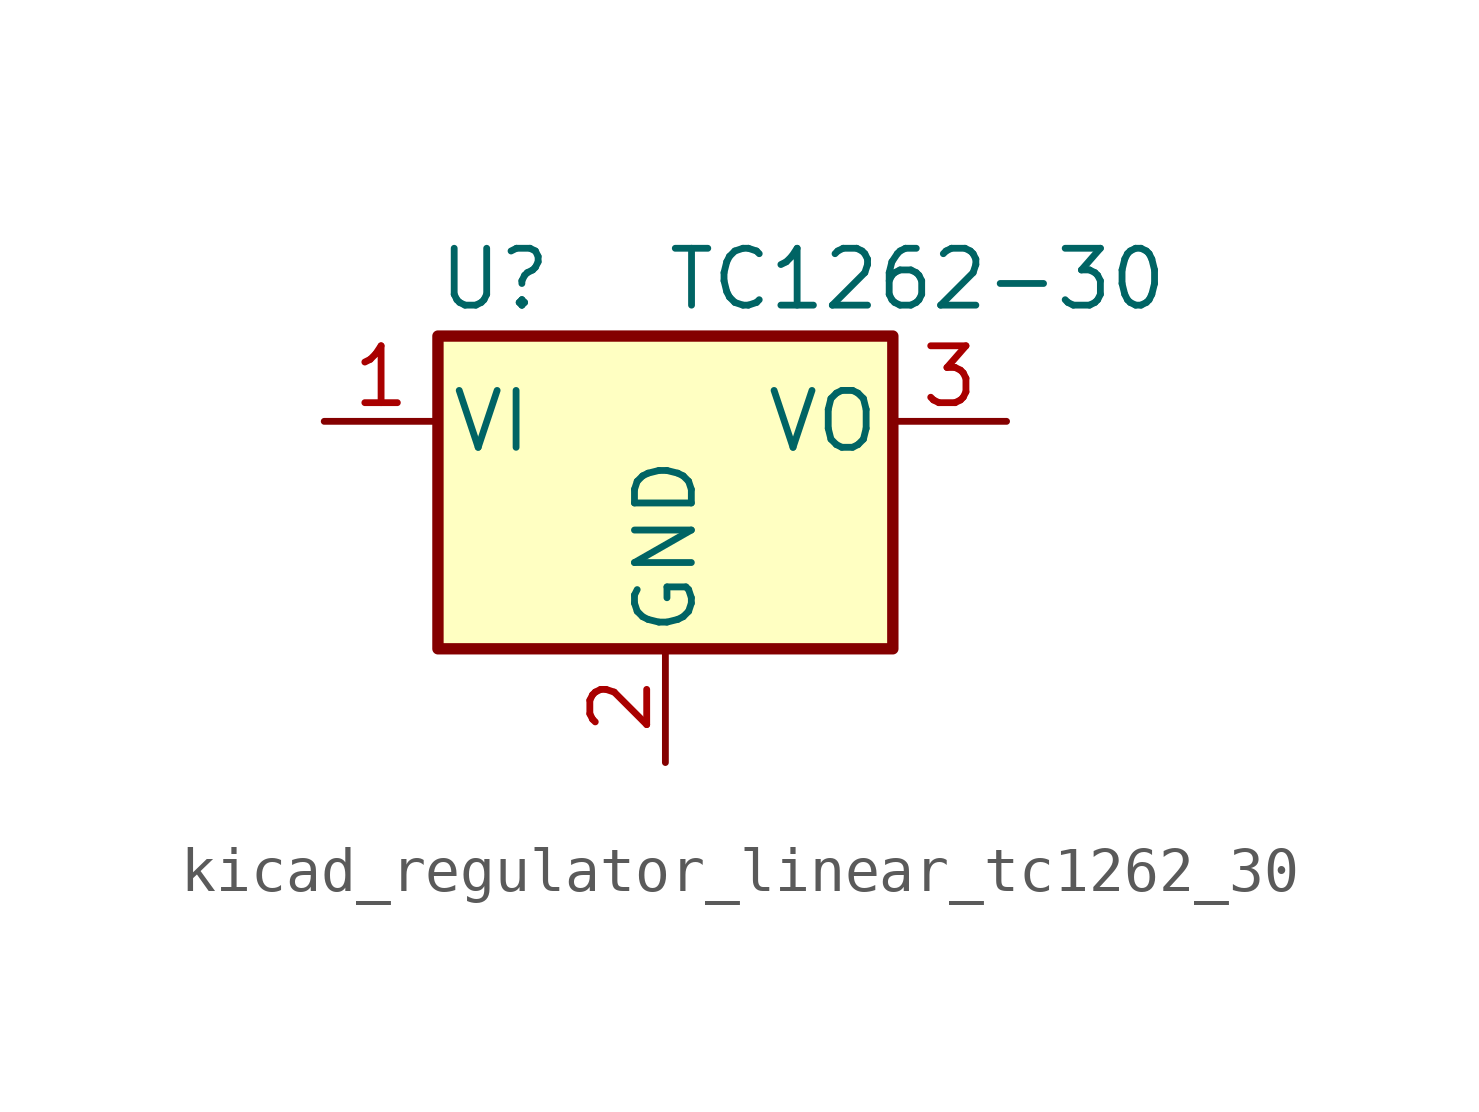
<source format=kicad_sym>
(kicad_symbol_lib
  (version 20220914)
  (generator kicad_symbol_editor)
  (symbol "kicad_regulator_linear_tc1262_30"
    (pin_names
      (offset 0.254))
    (property "Reference" "U"
      (at -3.81 3.175 0)
      (effects (font (size 1.27 1.27))))
    (property "Value" "TC1262-30"
      (at 0 3.175 0)
      (effects (font (size 1.27 1.27)) (justify left)))
    (symbol "kicad_regulator_linear_tc1262_30_1_1"
      (rectangle (start -5.08 1.905) (end 5.08 -5.08) (stroke (width 0.254) (type default)) (fill (type background)))
      (pin power_in line (at -7.62 0 0) (length 2.54) (name "VI" (effects (font (size 1.27 1.27)))) (number "1" (effects (font (size 1.27 1.27)))))
      (pin power_in line (at 0 -7.62 90) (length 2.54) (name "GND" (effects (font (size 1.27 1.27)))) (number "2" (effects (font (size 1.27 1.27)))))
      (pin power_out line (at 7.62 0 180) (length 2.54) (name "VO" (effects (font (size 1.27 1.27)))) (number "3" (effects (font (size 1.27 1.27))))))))
</source>
